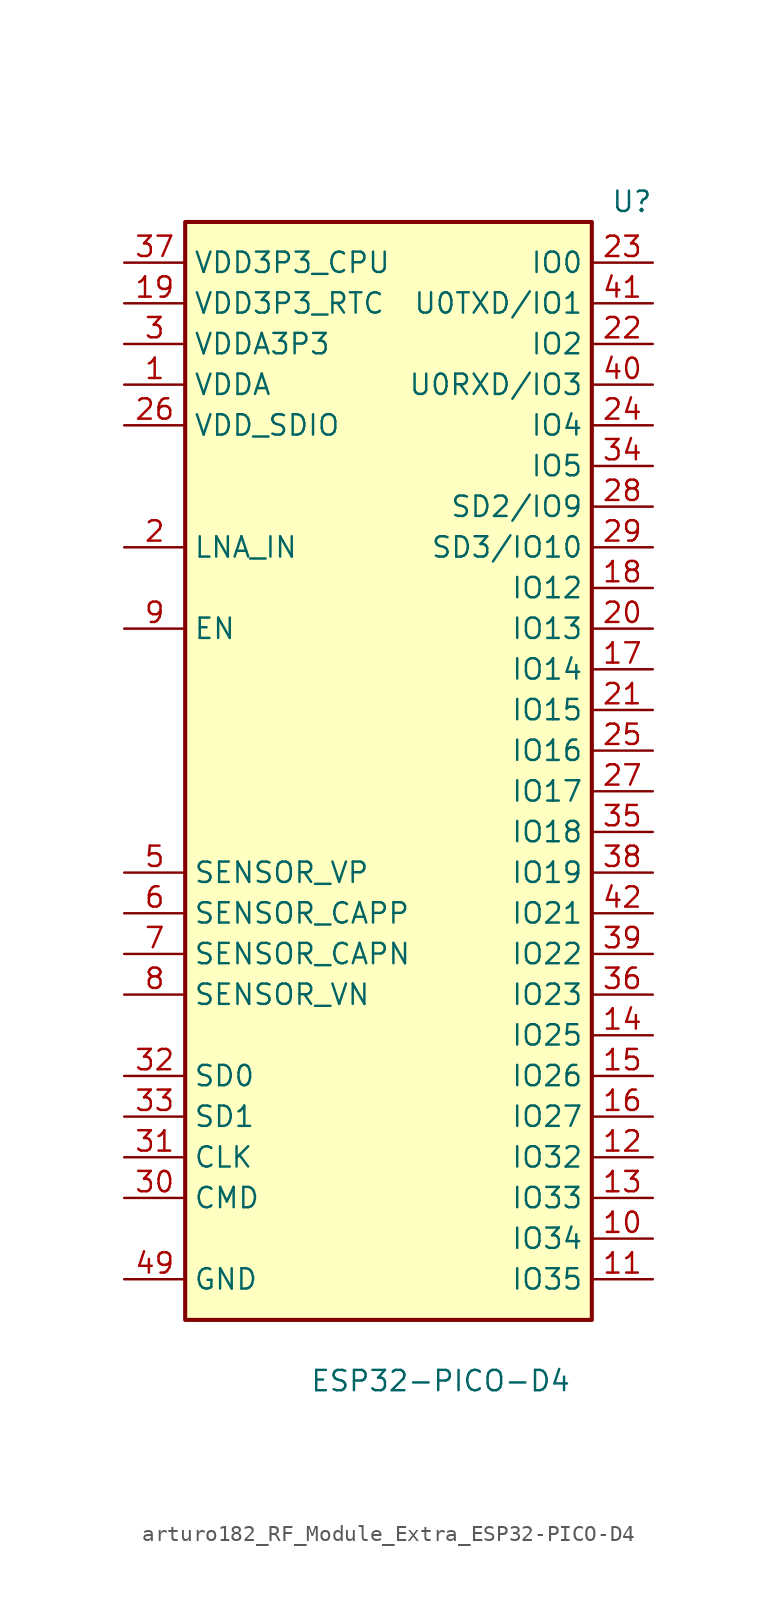
<source format=kicad_sym>
(kicad_symbol_lib
  (version 20220914)
  (generator kicad_symbol_editor)
  (symbol "arturo182_RF_Module_Extra_ESP32-PICO-D4"
    (property "Reference" "U"
      (at 16.51 34.29 0)
      (effects (font (size 1.27 1.27)) (justify right)))
    (property "Value" "ESP32-PICO-D4"
      (at 11.43 -39.37 0)
      (effects (font (size 1.27 1.27)) (justify right)))
    (symbol "arturo182_RF_Module_Extra_ESP32-PICO-D4_0_0"
      (pin power_in line (at -16.51 22.86 0) (length 3.81) (name "VDDA" (effects (font (size 1.27 1.27)))) (number "1" (effects (font (size 1.27 1.27)))))
      (pin input line (at 16.51 -30.48 180) (length 3.81) (name "IO34" (effects (font (size 1.27 1.27)))) (number "10" (effects (font (size 1.27 1.27)))))
      (pin input line (at 16.51 -33.02 180) (length 3.81) (name "IO35" (effects (font (size 1.27 1.27)))) (number "11" (effects (font (size 1.27 1.27)))))
      (pin bidirectional line (at 16.51 -25.4 180) (length 3.81) (name "IO32" (effects (font (size 1.27 1.27)))) (number "12" (effects (font (size 1.27 1.27)))))
      (pin bidirectional line (at 16.51 -27.94 180) (length 3.81) (name "IO33" (effects (font (size 1.27 1.27)))) (number "13" (effects (font (size 1.27 1.27)))))
      (pin bidirectional line (at 16.51 -17.78 180) (length 3.81) (name "IO25" (effects (font (size 1.27 1.27)))) (number "14" (effects (font (size 1.27 1.27)))))
      (pin bidirectional line (at 16.51 -20.32 180) (length 3.81) (name "IO26" (effects (font (size 1.27 1.27)))) (number "15" (effects (font (size 1.27 1.27)))))
      (pin bidirectional line (at 16.51 -22.86 180) (length 3.81) (name "IO27" (effects (font (size 1.27 1.27)))) (number "16" (effects (font (size 1.27 1.27)))))
      (pin bidirectional line (at 16.51 5.08 180) (length 3.81) (name "IO14" (effects (font (size 1.27 1.27)))) (number "17" (effects (font (size 1.27 1.27)))))
      (pin bidirectional line (at 16.51 10.16 180) (length 3.81) (name "IO12" (effects (font (size 1.27 1.27)))) (number "18" (effects (font (size 1.27 1.27)))))
      (pin power_in line (at -16.51 27.94 0) (length 3.81) (name "VDD3P3_RTC" (effects (font (size 1.27 1.27)))) (number "19" (effects (font (size 1.27 1.27)))))
      (pin bidirectional line (at -16.51 12.7 0) (length 3.81) (name "LNA_IN" (effects (font (size 1.27 1.27)))) (number "2" (effects (font (size 1.27 1.27)))))
      (pin bidirectional line (at 16.51 7.62 180) (length 3.81) (name "IO13" (effects (font (size 1.27 1.27)))) (number "20" (effects (font (size 1.27 1.27)))))
      (pin bidirectional line (at 16.51 2.54 180) (length 3.81) (name "IO15" (effects (font (size 1.27 1.27)))) (number "21" (effects (font (size 1.27 1.27)))))
      (pin bidirectional line (at 16.51 25.4 180) (length 3.81) (name "IO2" (effects (font (size 1.27 1.27)))) (number "22" (effects (font (size 1.27 1.27)))))
      (pin bidirectional line (at 16.51 30.48 180) (length 3.81) (name "IO0" (effects (font (size 1.27 1.27)))) (number "23" (effects (font (size 1.27 1.27)))))
      (pin bidirectional line (at 16.51 20.32 180) (length 3.81) (name "IO4" (effects (font (size 1.27 1.27)))) (number "24" (effects (font (size 1.27 1.27)))))
      (pin bidirectional line (at 16.51 0 180) (length 3.81) (name "IO16" (effects (font (size 1.27 1.27)))) (number "25" (effects (font (size 1.27 1.27)))))
      (pin power_out line (at -16.51 20.32 0) (length 3.81) (name "VDD_SDIO" (effects (font (size 1.27 1.27)))) (number "26" (effects (font (size 1.27 1.27)))))
      (pin bidirectional line (at 16.51 -2.54 180) (length 3.81) (name "IO17" (effects (font (size 1.27 1.27)))) (number "27" (effects (font (size 1.27 1.27)))))
      (pin bidirectional line (at 16.51 15.24 180) (length 3.81) (name "SD2/IO9" (effects (font (size 1.27 1.27)))) (number "28" (effects (font (size 1.27 1.27)))))
      (pin bidirectional line (at 16.51 12.7 180) (length 3.81) (name "SD3/IO10" (effects (font (size 1.27 1.27)))) (number "29" (effects (font (size 1.27 1.27)))))
      (pin power_in line (at -16.51 25.4 0) (length 3.81) (name "VDDA3P3" (effects (font (size 1.27 1.27)))) (number "3" (effects (font (size 1.27 1.27)))))
      (pin bidirectional line (at -16.51 -27.94 0) (length 3.81) (name "CMD" (effects (font (size 1.27 1.27)))) (number "30" (effects (font (size 1.27 1.27)))))
      (pin bidirectional line (at -16.51 -25.4 0) (length 3.81) (name "CLK" (effects (font (size 1.27 1.27)))) (number "31" (effects (font (size 1.27 1.27)))))
      (pin bidirectional line (at -16.51 -20.32 0) (length 3.81) (name "SD0" (effects (font (size 1.27 1.27)))) (number "32" (effects (font (size 1.27 1.27)))))
      (pin bidirectional line (at -16.51 -22.86 0) (length 3.81) (name "SD1" (effects (font (size 1.27 1.27)))) (number "33" (effects (font (size 1.27 1.27)))))
      (pin bidirectional line (at 16.51 17.78 180) (length 3.81) (name "IO5" (effects (font (size 1.27 1.27)))) (number "34" (effects (font (size 1.27 1.27)))))
      (pin bidirectional line (at 16.51 -5.08 180) (length 3.81) (name "IO18" (effects (font (size 1.27 1.27)))) (number "35" (effects (font (size 1.27 1.27)))))
      (pin bidirectional line (at 16.51 -15.24 180) (length 3.81) (name "IO23" (effects (font (size 1.27 1.27)))) (number "36" (effects (font (size 1.27 1.27)))))
      (pin power_in line (at -16.51 30.48 0) (length 3.81) (name "VDD3P3_CPU" (effects (font (size 1.27 1.27)))) (number "37" (effects (font (size 1.27 1.27)))))
      (pin bidirectional line (at 16.51 -7.62 180) (length 3.81) (name "IO19" (effects (font (size 1.27 1.27)))) (number "38" (effects (font (size 1.27 1.27)))))
      (pin bidirectional line (at 16.51 -12.7 180) (length 3.81) (name "IO22" (effects (font (size 1.27 1.27)))) (number "39" (effects (font (size 1.27 1.27)))))
      (pin passive line (at -16.51 25.4 0) (length 3.81) hide (name "VDDA3P3" (effects (font (size 1.27 1.27)))) (number "4" (effects (font (size 1.27 1.27)))))
      (pin bidirectional line (at 16.51 22.86 180) (length 3.81) (name "U0RXD/IO3" (effects (font (size 1.27 1.27)))) (number "40" (effects (font (size 1.27 1.27)))))
      (pin bidirectional line (at 16.51 27.94 180) (length 3.81) (name "U0TXD/IO1" (effects (font (size 1.27 1.27)))) (number "41" (effects (font (size 1.27 1.27)))))
      (pin bidirectional line (at 16.51 -10.16 180) (length 3.81) (name "IO21" (effects (font (size 1.27 1.27)))) (number "42" (effects (font (size 1.27 1.27)))))
      (pin passive line (at -16.51 22.86 0) (length 3.81) hide (name "VDDA" (effects (font (size 1.27 1.27)))) (number "43" (effects (font (size 1.27 1.27)))))
      (pin no_connect line (at -3.81 -13.97 0) (length 3.81) hide (name "XTAL_N_NC" (effects (font (size 1.27 1.27)))) (number "44" (effects (font (size 1.27 1.27)))))
      (pin no_connect line (at -3.81 -16.51 0) (length 3.81) hide (name "XTAL_P_NC" (effects (font (size 1.27 1.27)))) (number "45" (effects (font (size 1.27 1.27)))))
      (pin passive line (at -16.51 22.86 0) (length 3.81) hide (name "VDDA" (effects (font (size 1.27 1.27)))) (number "46" (effects (font (size 1.27 1.27)))))
      (pin no_connect line (at -3.81 -19.05 0) (length 3.81) hide (name "CAP2_NC" (effects (font (size 1.27 1.27)))) (number "47" (effects (font (size 1.27 1.27)))))
      (pin no_connect line (at -3.81 -21.59 0) (length 3.81) hide (name "CAP1_NC" (effects (font (size 1.27 1.27)))) (number "48" (effects (font (size 1.27 1.27)))))
      (pin power_in line (at -16.51 -33.02 0) (length 3.81) (name "GND" (effects (font (size 1.27 1.27)))) (number "49" (effects (font (size 1.27 1.27)))))
      (pin input line (at -16.51 -7.62 0) (length 3.81) (name "SENSOR_VP" (effects (font (size 1.27 1.27)))) (number "5" (effects (font (size 1.27 1.27)))))
      (pin input line (at -16.51 -10.16 0) (length 3.81) (name "SENSOR_CAPP" (effects (font (size 1.27 1.27)))) (number "6" (effects (font (size 1.27 1.27)))))
      (pin input line (at -16.51 -12.7 0) (length 3.81) (name "SENSOR_CAPN" (effects (font (size 1.27 1.27)))) (number "7" (effects (font (size 1.27 1.27)))))
      (pin input line (at -16.51 -15.24 0) (length 3.81) (name "SENSOR_VN" (effects (font (size 1.27 1.27)))) (number "8" (effects (font (size 1.27 1.27)))))
      (pin input line (at -16.51 7.62 0) (length 3.81) (name "EN" (effects (font (size 1.27 1.27)))) (number "9" (effects (font (size 1.27 1.27))))))
    (symbol "arturo182_RF_Module_Extra_ESP32-PICO-D4_0_1"
      (rectangle (start -12.7 33.02) (end 12.7 -35.56) (stroke (width 0.254) (type default)) (fill (type background))))))
</source>
